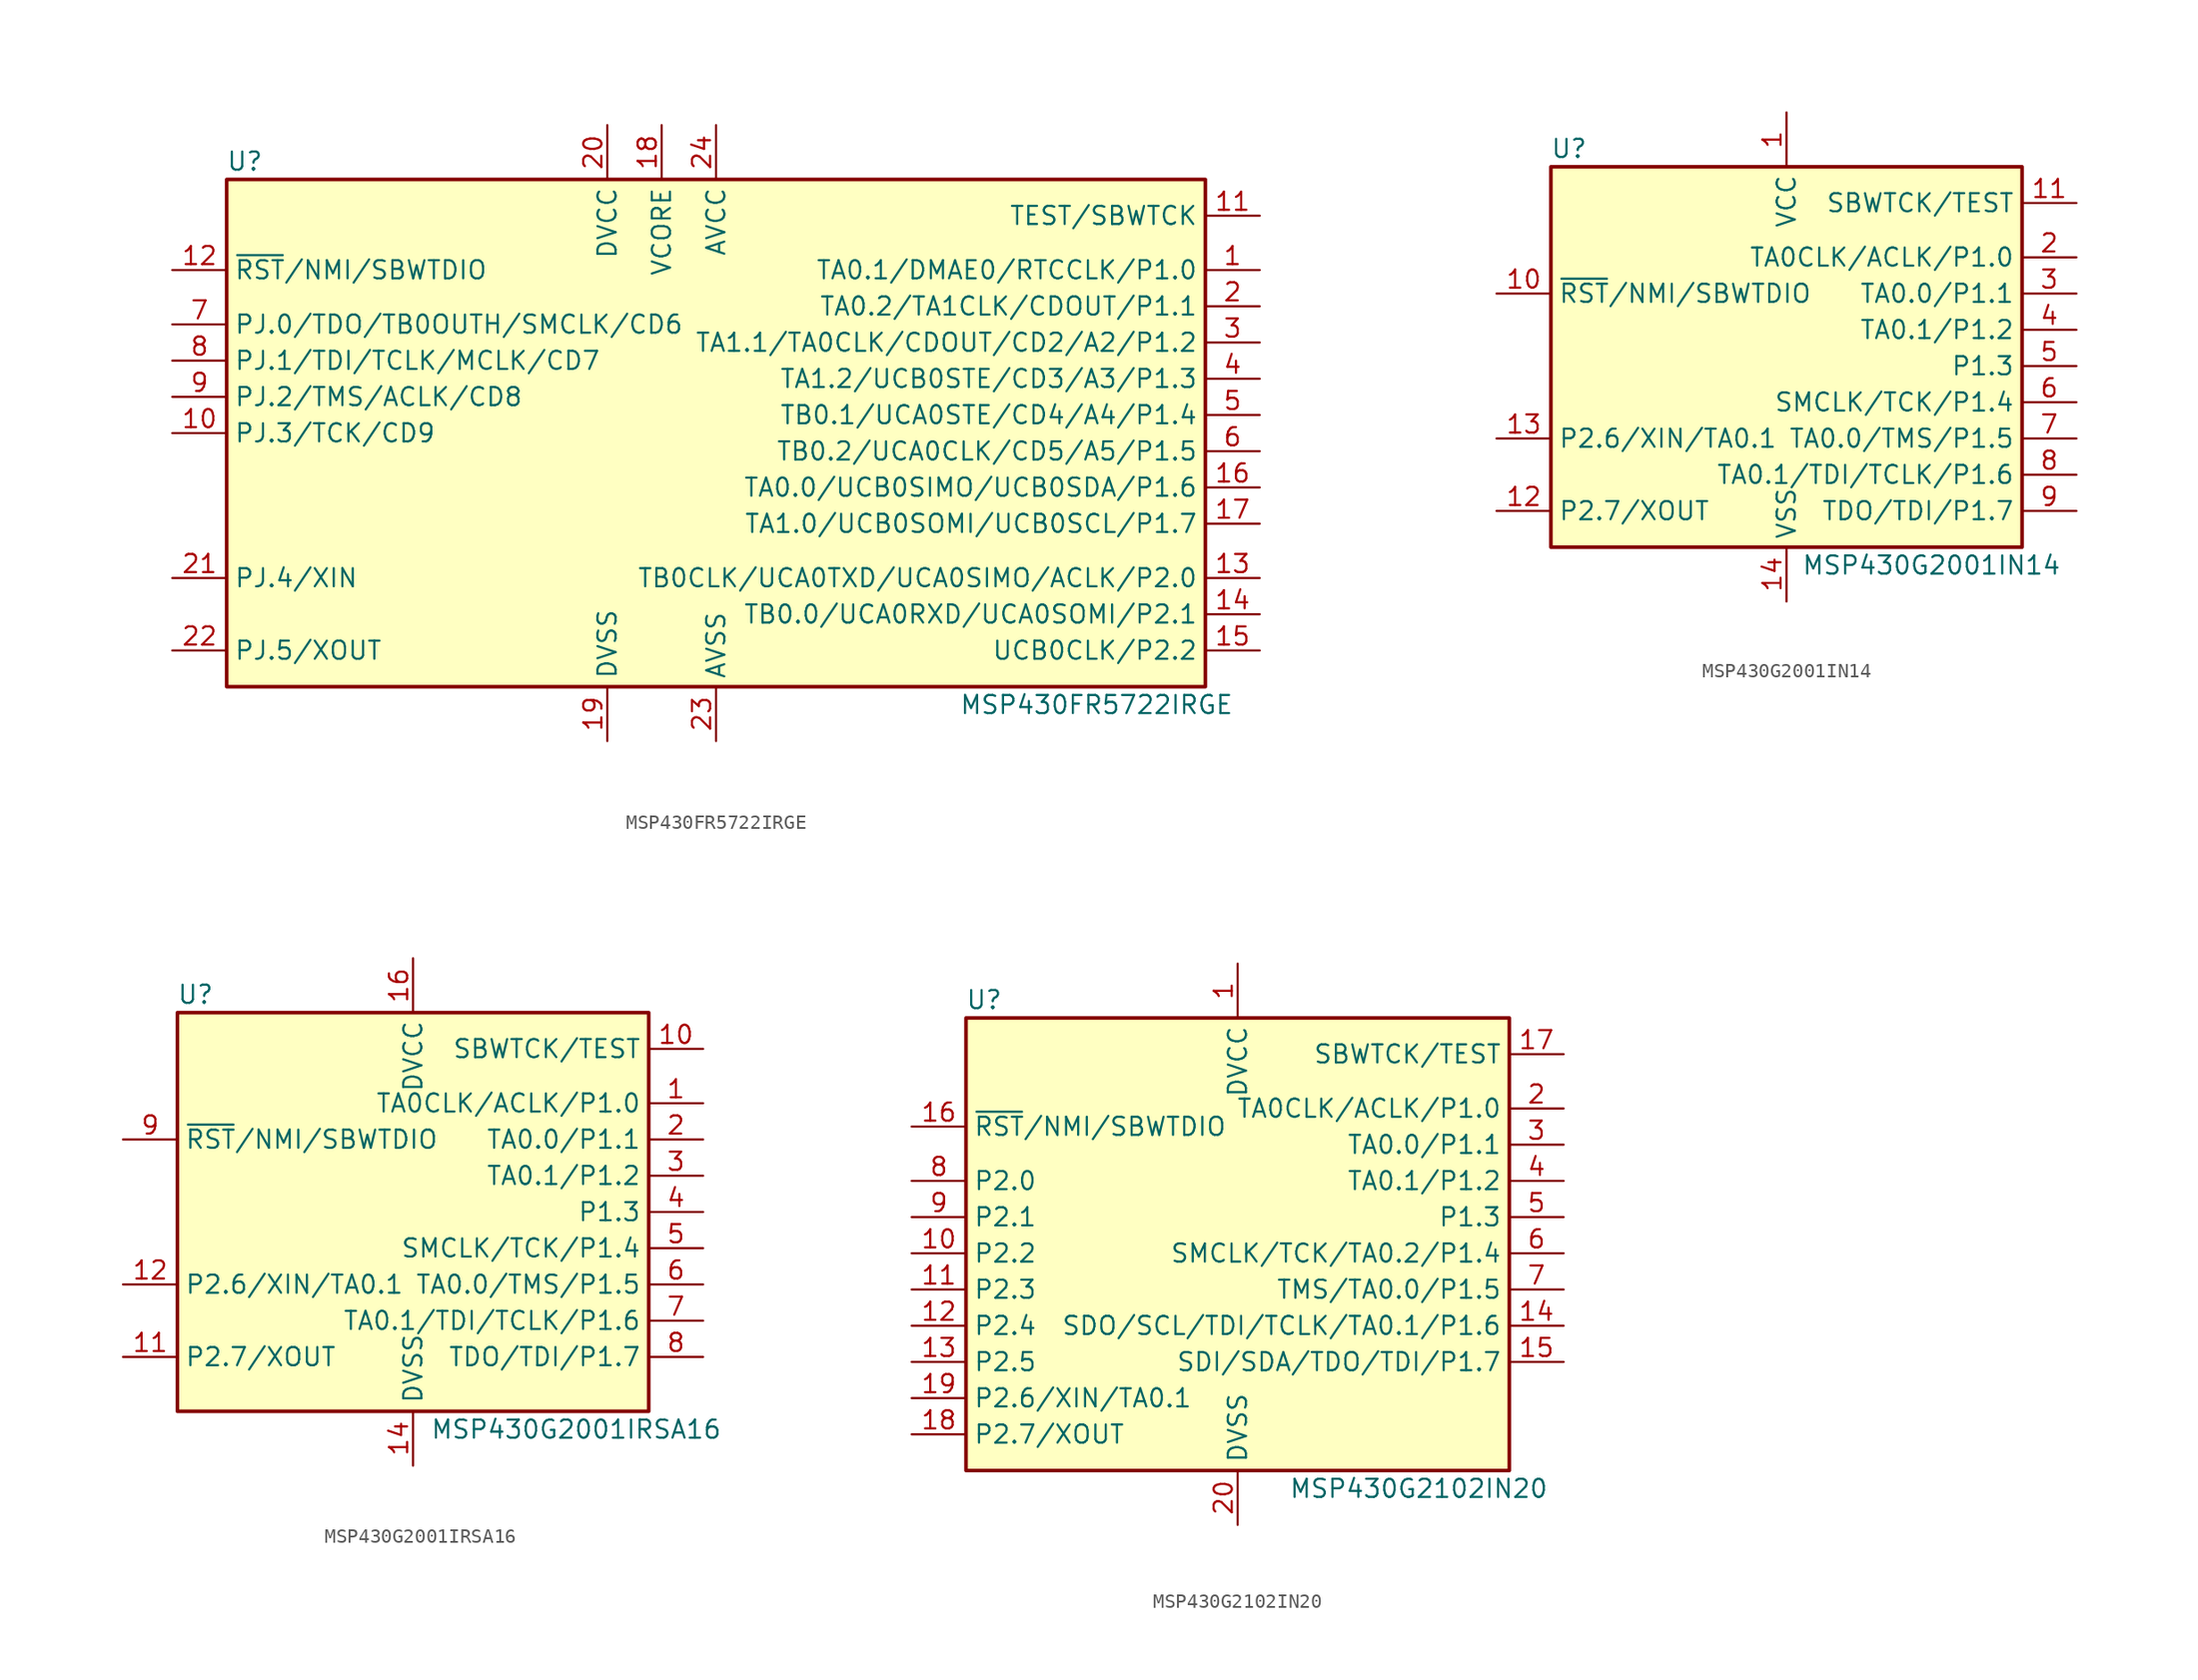
<source format=kicad_sym>
(kicad_symbol_lib
  (version 20201005)
  (generator kicad_symbol_editor)
  (symbol "MSP430FR5722IRGE"
    (property "Reference" "U"
      (at -33.02 19.05 0)
      (effects (font (size 1.27 1.27))))
    (property "Value" "MSP430FR5722IRGE"
      (at 26.67 -19.05 0)
      (effects (font (size 1.27 1.27))))
    (symbol "MSP430FR5722IRGE_0_1"
      (rectangle (start -34.29 17.78) (end 34.29 -17.78) (stroke (width 0.254)) (fill (type background))))
    (symbol "MSP430FR5722IRGE_1_1"
      (pin bidirectional line (at 38.1 11.43 180) (length 3.81) (name "TA0.1/DMAE0/RTCCLK/P1.0" (effects (font (size 1.27 1.27)))) (number "1" (effects (font (size 1.27 1.27)))))
      (pin bidirectional line (at -38.1 0 0) (length 3.81) (name "PJ.3/TCK/CD9" (effects (font (size 1.27 1.27)))) (number "10" (effects (font (size 1.27 1.27)))))
      (pin input line (at 38.1 15.24 180) (length 3.81) (name "TEST/SBWTCK" (effects (font (size 1.27 1.27)))) (number "11" (effects (font (size 1.27 1.27)))))
      (pin input line (at -38.1 11.43 0) (length 3.81) (name "~RST~/NMI/SBWTDIO" (effects (font (size 1.27 1.27)))) (number "12" (effects (font (size 1.27 1.27)))))
      (pin input line (at 38.1 -10.16 180) (length 3.81) (name "TB0CLK/UCA0TXD/UCA0SIMO/ACLK/P2.0" (effects (font (size 1.27 1.27)))) (number "13" (effects (font (size 1.27 1.27)))))
      (pin input line (at 38.1 -12.7 180) (length 3.81) (name "TB0.0/UCA0RXD/UCA0SOMI/P2.1" (effects (font (size 1.27 1.27)))) (number "14" (effects (font (size 1.27 1.27)))))
      (pin input line (at 38.1 -15.24 180) (length 3.81) (name "UCB0CLK/P2.2" (effects (font (size 1.27 1.27)))) (number "15" (effects (font (size 1.27 1.27)))))
      (pin input line (at 38.1 -3.81 180) (length 3.81) (name "TA0.0/UCB0SIMO/UCB0SDA/P1.6" (effects (font (size 1.27 1.27)))) (number "16" (effects (font (size 1.27 1.27)))))
      (pin input line (at 38.1 -6.35 180) (length 3.81) (name "TA1.0/UCB0SOMI/UCB0SCL/P1.7" (effects (font (size 1.27 1.27)))) (number "17" (effects (font (size 1.27 1.27)))))
      (pin input line (at -3.81 21.59 270) (length 3.81) (name "VCORE" (effects (font (size 1.27 1.27)))) (number "18" (effects (font (size 1.27 1.27)))))
      (pin power_in line (at -7.62 -21.59 90) (length 3.81) (name "DVSS" (effects (font (size 1.27 1.27)))) (number "19" (effects (font (size 1.27 1.27)))))
      (pin bidirectional line (at 38.1 8.89 180) (length 3.81) (name "TA0.2/TA1CLK/CDOUT/P1.1" (effects (font (size 1.27 1.27)))) (number "2" (effects (font (size 1.27 1.27)))))
      (pin power_in line (at -7.62 21.59 270) (length 3.81) (name "DVCC" (effects (font (size 1.27 1.27)))) (number "20" (effects (font (size 1.27 1.27)))))
      (pin input line (at -38.1 -10.16 0) (length 3.81) (name "PJ.4/XIN" (effects (font (size 1.27 1.27)))) (number "21" (effects (font (size 1.27 1.27)))))
      (pin input line (at -38.1 -15.24 0) (length 3.81) (name "PJ.5/XOUT" (effects (font (size 1.27 1.27)))) (number "22" (effects (font (size 1.27 1.27)))))
      (pin power_in line (at 0 -21.59 90) (length 3.81) (name "AVSS" (effects (font (size 1.27 1.27)))) (number "23" (effects (font (size 1.27 1.27)))))
      (pin power_in line (at 0 21.59 270) (length 3.81) (name "AVCC" (effects (font (size 1.27 1.27)))) (number "24" (effects (font (size 1.27 1.27)))))
      (pin bidirectional line (at 38.1 6.35 180) (length 3.81) (name "TA1.1/TA0CLK/CDOUT/CD2/A2/P1.2" (effects (font (size 1.27 1.27)))) (number "3" (effects (font (size 1.27 1.27)))))
      (pin bidirectional line (at 38.1 3.81 180) (length 3.81) (name "TA1.2/UCB0STE/CD3/A3/P1.3" (effects (font (size 1.27 1.27)))) (number "4" (effects (font (size 1.27 1.27)))))
      (pin bidirectional line (at 38.1 1.27 180) (length 3.81) (name "TB0.1/UCA0STE/CD4/A4/P1.4" (effects (font (size 1.27 1.27)))) (number "5" (effects (font (size 1.27 1.27)))))
      (pin bidirectional line (at 38.1 -1.27 180) (length 3.81) (name "TB0.2/UCA0CLK/CD5/A5/P1.5" (effects (font (size 1.27 1.27)))) (number "6" (effects (font (size 1.27 1.27)))))
      (pin bidirectional line (at -38.1 7.62 0) (length 3.81) (name "PJ.0/TDO/TB0OUTH/SMCLK/CD6" (effects (font (size 1.27 1.27)))) (number "7" (effects (font (size 1.27 1.27)))))
      (pin bidirectional line (at -38.1 5.08 0) (length 3.81) (name "PJ.1/TDI/TCLK/MCLK/CD7" (effects (font (size 1.27 1.27)))) (number "8" (effects (font (size 1.27 1.27)))))
      (pin bidirectional line (at -38.1 2.54 0) (length 3.81) (name "PJ.2/TMS/ACLK/CD8" (effects (font (size 1.27 1.27)))) (number "9" (effects (font (size 1.27 1.27)))))))
  (symbol "MSP430G2001IN14"
    (property "Reference" "U"
      (at -15.24 15.24 0)
      (effects (font (size 1.27 1.27))))
    (property "Value" "MSP430G2001IN14"
      (at 10.16 -13.97 0)
      (effects (font (size 1.27 1.27))))
    (symbol "MSP430G2001IN14_0_1"
      (rectangle (start -16.51 13.97) (end 16.51 -12.7) (stroke (width 0.254)) (fill (type background))))
    (symbol "MSP430G2001IN14_1_1"
      (pin power_in line (at 0 17.78 270) (length 3.81) (name "VCC" (effects (font (size 1.27 1.27)))) (number "1" (effects (font (size 1.27 1.27)))))
      (pin input line (at -20.32 5.08 0) (length 3.81) (name "~RST~/NMI/SBWTDIO" (effects (font (size 1.27 1.27)))) (number "10" (effects (font (size 1.27 1.27)))))
      (pin input line (at 20.32 11.43 180) (length 3.81) (name "SBWTCK/TEST" (effects (font (size 1.27 1.27)))) (number "11" (effects (font (size 1.27 1.27)))))
      (pin bidirectional line (at -20.32 -10.16 0) (length 3.81) (name "P2.7/XOUT" (effects (font (size 1.27 1.27)))) (number "12" (effects (font (size 1.27 1.27)))))
      (pin bidirectional line (at -20.32 -5.08 0) (length 3.81) (name "P2.6/XIN/TA0.1" (effects (font (size 1.27 1.27)))) (number "13" (effects (font (size 1.27 1.27)))))
      (pin power_in line (at 0 -16.51 90) (length 3.81) (name "VSS" (effects (font (size 1.27 1.27)))) (number "14" (effects (font (size 1.27 1.27)))))
      (pin bidirectional line (at 20.32 7.62 180) (length 3.81) (name "TA0CLK/ACLK/P1.0" (effects (font (size 1.27 1.27)))) (number "2" (effects (font (size 1.27 1.27)))))
      (pin bidirectional line (at 20.32 5.08 180) (length 3.81) (name "TA0.0/P1.1" (effects (font (size 1.27 1.27)))) (number "3" (effects (font (size 1.27 1.27)))))
      (pin bidirectional line (at 20.32 2.54 180) (length 3.81) (name "TA0.1/P1.2" (effects (font (size 1.27 1.27)))) (number "4" (effects (font (size 1.27 1.27)))))
      (pin bidirectional line (at 20.32 0 180) (length 3.81) (name "P1.3" (effects (font (size 1.27 1.27)))) (number "5" (effects (font (size 1.27 1.27)))))
      (pin bidirectional line (at 20.32 -2.54 180) (length 3.81) (name "SMCLK/TCK/P1.4" (effects (font (size 1.27 1.27)))) (number "6" (effects (font (size 1.27 1.27)))))
      (pin bidirectional line (at 20.32 -5.08 180) (length 3.81) (name "TA0.0/TMS/P1.5" (effects (font (size 1.27 1.27)))) (number "7" (effects (font (size 1.27 1.27)))))
      (pin bidirectional line (at 20.32 -7.62 180) (length 3.81) (name "TA0.1/TDI/TCLK/P1.6" (effects (font (size 1.27 1.27)))) (number "8" (effects (font (size 1.27 1.27)))))
      (pin bidirectional line (at 20.32 -10.16 180) (length 3.81) (name "TDO/TDI/P1.7" (effects (font (size 1.27 1.27)))) (number "9" (effects (font (size 1.27 1.27)))))))
  (symbol "MSP430G2001IRSA16"
    (property "Reference" "U"
      (at -15.24 15.24 0)
      (effects (font (size 1.27 1.27))))
    (property "Value" "MSP430G2001IRSA16"
      (at 11.43 -15.24 0)
      (effects (font (size 1.27 1.27))))
    (symbol "MSP430G2001IRSA16_0_1"
      (rectangle (start -16.51 13.97) (end 16.51 -13.97) (stroke (width 0.254)) (fill (type background))))
    (symbol "MSP430G2001IRSA16_1_1"
      (pin bidirectional line (at 20.32 7.62 180) (length 3.81) (name "TA0CLK/ACLK/P1.0" (effects (font (size 1.27 1.27)))) (number "1" (effects (font (size 1.27 1.27)))))
      (pin input line (at 20.32 11.43 180) (length 3.81) (name "SBWTCK/TEST" (effects (font (size 1.27 1.27)))) (number "10" (effects (font (size 1.27 1.27)))))
      (pin bidirectional line (at -20.32 -10.16 0) (length 3.81) (name "P2.7/XOUT" (effects (font (size 1.27 1.27)))) (number "11" (effects (font (size 1.27 1.27)))))
      (pin bidirectional line (at -20.32 -5.08 0) (length 3.81) (name "P2.6/XIN/TA0.1" (effects (font (size 1.27 1.27)))) (number "12" (effects (font (size 1.27 1.27)))))
      (pin power_in line (at 0 -17.78 90) (length 3.81) (name "DVSS" (effects (font (size 1.27 1.27)))) (number "14" (effects (font (size 1.27 1.27)))))
      (pin power_in line (at 0 17.78 270) (length 3.81) (name "DVCC" (effects (font (size 1.27 1.27)))) (number "16" (effects (font (size 1.27 1.27)))))
      (pin bidirectional line (at 20.32 5.08 180) (length 3.81) (name "TA0.0/P1.1" (effects (font (size 1.27 1.27)))) (number "2" (effects (font (size 1.27 1.27)))))
      (pin bidirectional line (at 20.32 2.54 180) (length 3.81) (name "TA0.1/P1.2" (effects (font (size 1.27 1.27)))) (number "3" (effects (font (size 1.27 1.27)))))
      (pin bidirectional line (at 20.32 0 180) (length 3.81) (name "P1.3" (effects (font (size 1.27 1.27)))) (number "4" (effects (font (size 1.27 1.27)))))
      (pin bidirectional line (at 20.32 -2.54 180) (length 3.81) (name "SMCLK/TCK/P1.4" (effects (font (size 1.27 1.27)))) (number "5" (effects (font (size 1.27 1.27)))))
      (pin bidirectional line (at 20.32 -5.08 180) (length 3.81) (name "TA0.0/TMS/P1.5" (effects (font (size 1.27 1.27)))) (number "6" (effects (font (size 1.27 1.27)))))
      (pin bidirectional line (at 20.32 -7.62 180) (length 3.81) (name "TA0.1/TDI/TCLK/P1.6" (effects (font (size 1.27 1.27)))) (number "7" (effects (font (size 1.27 1.27)))))
      (pin bidirectional line (at 20.32 -10.16 180) (length 3.81) (name "TDO/TDI/P1.7" (effects (font (size 1.27 1.27)))) (number "8" (effects (font (size 1.27 1.27)))))
      (pin input line (at -20.32 5.08 0) (length 3.81) (name "~RST~/NMI/SBWTDIO" (effects (font (size 1.27 1.27)))) (number "9" (effects (font (size 1.27 1.27)))))))
  (symbol "MSP430G2102IN20"
    (property "Reference" "U"
      (at -17.78 17.78 0)
      (effects (font (size 1.27 1.27))))
    (property "Value" "MSP430G2102IN20"
      (at 12.7 -16.51 0)
      (effects (font (size 1.27 1.27))))
    (symbol "MSP430G2102IN20_0_1"
      (rectangle (start -19.05 16.51) (end 19.05 -15.24) (stroke (width 0.254)) (fill (type background))))
    (symbol "MSP430G2102IN20_1_1"
      (pin power_in line (at 0 20.32 270) (length 3.81) (name "DVCC" (effects (font (size 1.27 1.27)))) (number "1" (effects (font (size 1.27 1.27)))))
      (pin bidirectional line (at -22.86 0 0) (length 3.81) (name "P2.2" (effects (font (size 1.27 1.27)))) (number "10" (effects (font (size 1.27 1.27)))))
      (pin bidirectional line (at -22.86 -2.54 0) (length 3.81) (name "P2.3" (effects (font (size 1.27 1.27)))) (number "11" (effects (font (size 1.27 1.27)))))
      (pin bidirectional line (at -22.86 -5.08 0) (length 3.81) (name "P2.4" (effects (font (size 1.27 1.27)))) (number "12" (effects (font (size 1.27 1.27)))))
      (pin bidirectional line (at -22.86 -7.62 0) (length 3.81) (name "P2.5" (effects (font (size 1.27 1.27)))) (number "13" (effects (font (size 1.27 1.27)))))
      (pin bidirectional line (at 22.86 -5.08 180) (length 3.81) (name "SDO/SCL/TDI/TCLK/TA0.1/P1.6" (effects (font (size 1.27 1.27)))) (number "14" (effects (font (size 1.27 1.27)))))
      (pin bidirectional line (at 22.86 -7.62 180) (length 3.81) (name "SDI/SDA/TDO/TDI/P1.7" (effects (font (size 1.27 1.27)))) (number "15" (effects (font (size 1.27 1.27)))))
      (pin input line (at -22.86 8.89 0) (length 3.81) (name "~RST~/NMI/SBWTDIO" (effects (font (size 1.27 1.27)))) (number "16" (effects (font (size 1.27 1.27)))))
      (pin input line (at 22.86 13.97 180) (length 3.81) (name "SBWTCK/TEST" (effects (font (size 1.27 1.27)))) (number "17" (effects (font (size 1.27 1.27)))))
      (pin bidirectional line (at -22.86 -12.7 0) (length 3.81) (name "P2.7/XOUT" (effects (font (size 1.27 1.27)))) (number "18" (effects (font (size 1.27 1.27)))))
      (pin bidirectional line (at -22.86 -10.16 0) (length 3.81) (name "P2.6/XIN/TA0.1" (effects (font (size 1.27 1.27)))) (number "19" (effects (font (size 1.27 1.27)))))
      (pin bidirectional line (at 22.86 10.16 180) (length 3.81) (name "TA0CLK/ACLK/P1.0" (effects (font (size 1.27 1.27)))) (number "2" (effects (font (size 1.27 1.27)))))
      (pin power_in line (at 0 -19.05 90) (length 3.81) (name "DVSS" (effects (font (size 1.27 1.27)))) (number "20" (effects (font (size 1.27 1.27)))))
      (pin bidirectional line (at 22.86 7.62 180) (length 3.81) (name "TA0.0/P1.1" (effects (font (size 1.27 1.27)))) (number "3" (effects (font (size 1.27 1.27)))))
      (pin bidirectional line (at 22.86 5.08 180) (length 3.81) (name "TA0.1/P1.2" (effects (font (size 1.27 1.27)))) (number "4" (effects (font (size 1.27 1.27)))))
      (pin bidirectional line (at 22.86 2.54 180) (length 3.81) (name "P1.3" (effects (font (size 1.27 1.27)))) (number "5" (effects (font (size 1.27 1.27)))))
      (pin bidirectional line (at 22.86 0 180) (length 3.81) (name "SMCLK/TCK/TA0.2/P1.4" (effects (font (size 1.27 1.27)))) (number "6" (effects (font (size 1.27 1.27)))))
      (pin bidirectional line (at 22.86 -2.54 180) (length 3.81) (name "TMS/TA0.0/P1.5" (effects (font (size 1.27 1.27)))) (number "7" (effects (font (size 1.27 1.27)))))
      (pin bidirectional line (at -22.86 5.08 0) (length 3.81) (name "P2.0" (effects (font (size 1.27 1.27)))) (number "8" (effects (font (size 1.27 1.27)))))
      (pin bidirectional line (at -22.86 2.54 0) (length 3.81) (name "P2.1" (effects (font (size 1.27 1.27)))) (number "9" (effects (font (size 1.27 1.27))))))))
</source>
